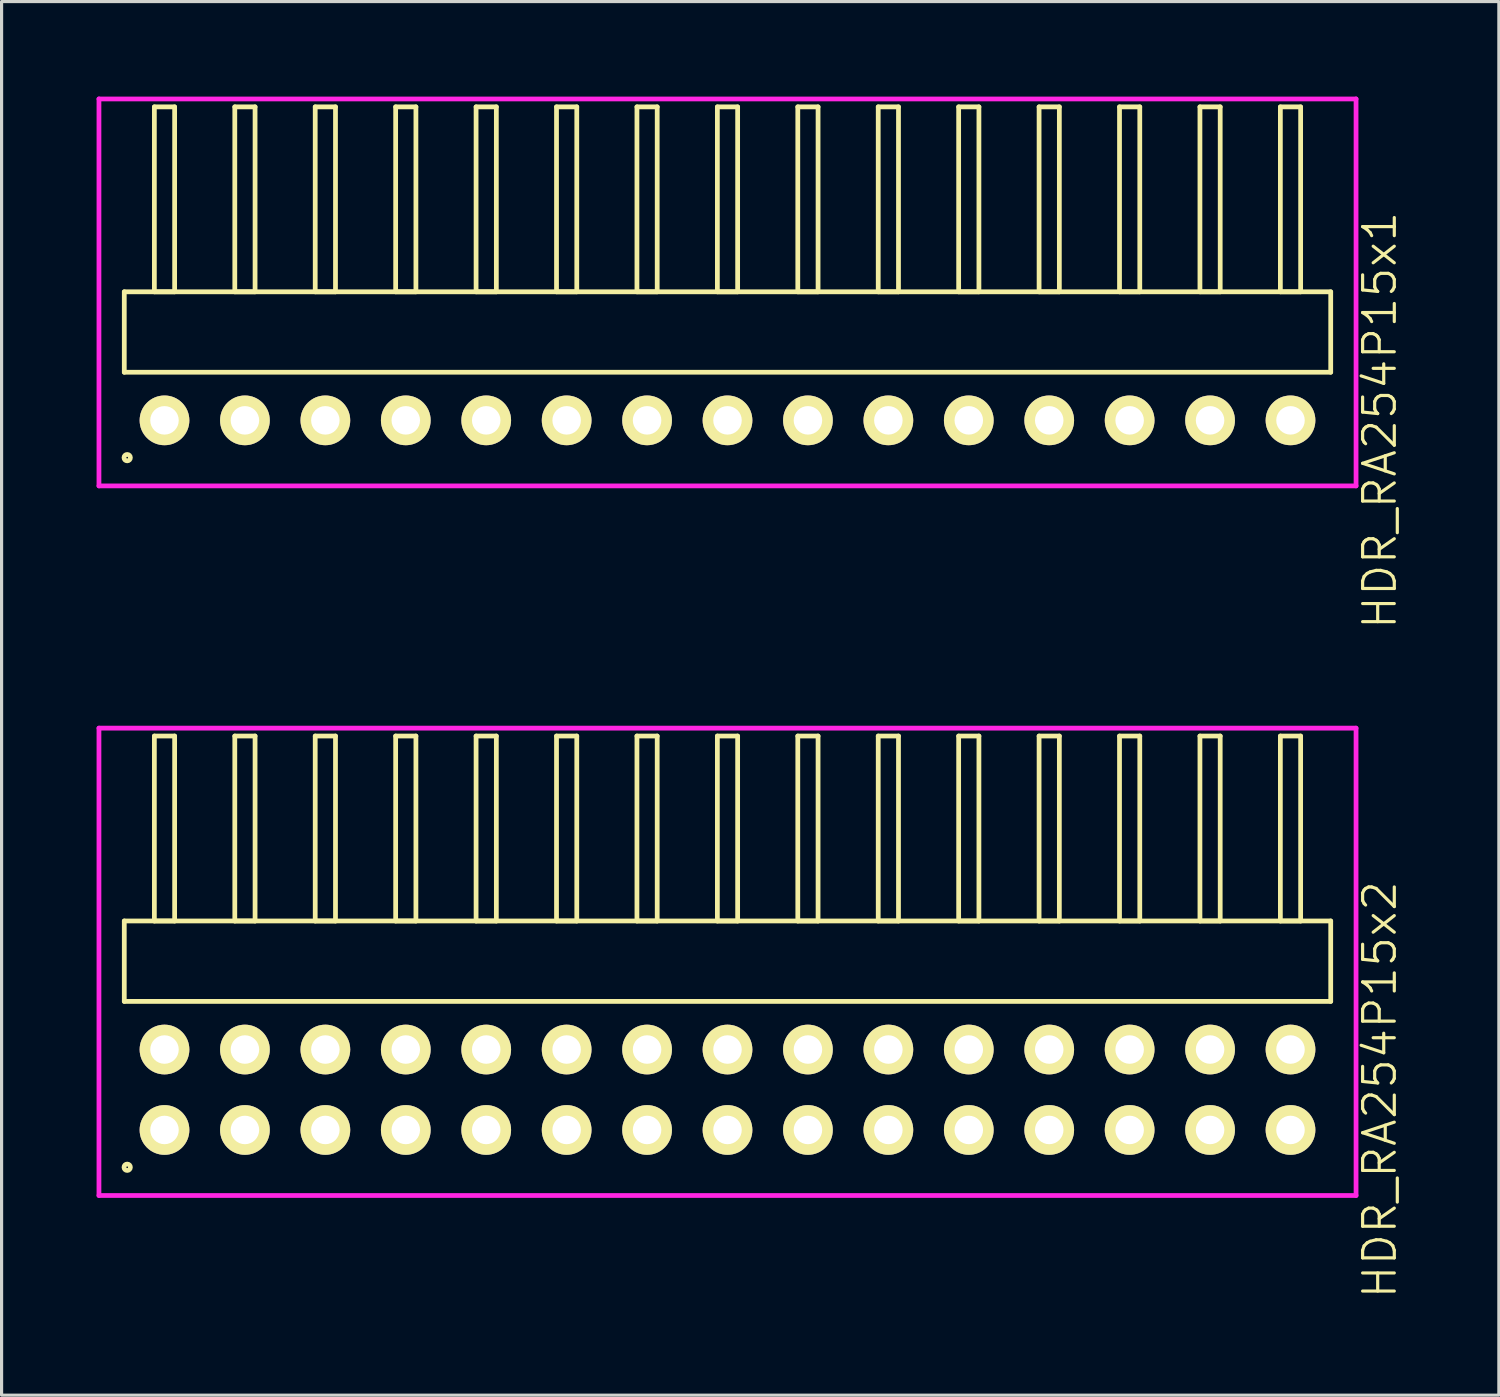
<source format=kicad_pcb>
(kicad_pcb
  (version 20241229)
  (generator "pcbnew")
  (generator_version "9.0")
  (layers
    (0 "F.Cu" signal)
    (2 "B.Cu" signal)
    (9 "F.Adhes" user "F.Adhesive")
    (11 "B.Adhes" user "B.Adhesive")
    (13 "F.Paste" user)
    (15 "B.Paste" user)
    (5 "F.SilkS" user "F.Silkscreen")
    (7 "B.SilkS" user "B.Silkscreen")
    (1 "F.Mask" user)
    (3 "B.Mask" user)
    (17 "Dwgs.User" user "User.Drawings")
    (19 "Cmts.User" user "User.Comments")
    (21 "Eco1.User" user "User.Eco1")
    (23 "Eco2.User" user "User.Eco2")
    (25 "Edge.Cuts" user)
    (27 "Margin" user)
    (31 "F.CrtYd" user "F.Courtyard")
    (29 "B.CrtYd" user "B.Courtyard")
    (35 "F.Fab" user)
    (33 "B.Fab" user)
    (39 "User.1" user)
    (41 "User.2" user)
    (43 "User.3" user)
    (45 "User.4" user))
  (footprint "HDR_RA254P15x2"
    (layer "F.Cu")
    (at 19.925 31.365)
    (property "Reference" "HDR_RA254P15x2" (at 20.6 0 90) (layer "F.SilkS") (effects (font (size 1 1) (thickness 0.1))))
    (attr through_hole)
    (fp_line (start -19.05 -5.33) (end -19.05 -2.79) (stroke (width 0.15) (type solid)) (layer "F.SilkS"))
    (fp_line (start -19.05 -2.79) (end 19.05 -2.79) (stroke (width 0.15) (type solid)) (layer "F.SilkS"))
    (fp_line (start -18.1 -11.17) (end -18.1 -5.33) (stroke (width 0.15) (type solid)) (layer "F.SilkS"))
    (fp_line (start -18.1 -5.33) (end -17.46 -5.33) (stroke (width 0.15) (type solid)) (layer "F.SilkS"))
    (fp_line (start -17.46 -11.17) (end -18.1 -11.17) (stroke (width 0.15) (type solid)) (layer "F.SilkS"))
    (fp_line (start -17.46 -5.33) (end -17.46 -11.17) (stroke (width 0.15) (type solid)) (layer "F.SilkS"))
    (fp_line (start -15.56 -11.17) (end -15.56 -5.33) (stroke (width 0.15) (type solid)) (layer "F.SilkS"))
    (fp_line (start -15.56 -5.33) (end -14.92 -5.33) (stroke (width 0.15) (type solid)) (layer "F.SilkS"))
    (fp_line (start -14.92 -11.17) (end -15.56 -11.17) (stroke (width 0.15) (type solid)) (layer "F.SilkS"))
    (fp_line (start -14.92 -5.33) (end -14.92 -11.17) (stroke (width 0.15) (type solid)) (layer "F.SilkS"))
    (fp_line (start -13.02 -11.17) (end -13.02 -5.33) (stroke (width 0.15) (type solid)) (layer "F.SilkS"))
    (fp_line (start -13.02 -5.33) (end -12.38 -5.33) (stroke (width 0.15) (type solid)) (layer "F.SilkS"))
    (fp_line (start -12.38 -11.17) (end -13.02 -11.17) (stroke (width 0.15) (type solid)) (layer "F.SilkS"))
    (fp_line (start -12.38 -5.33) (end -12.38 -11.17) (stroke (width 0.15) (type solid)) (layer "F.SilkS"))
    (fp_line (start -10.48 -11.17) (end -10.48 -5.33) (stroke (width 0.15) (type solid)) (layer "F.SilkS"))
    (fp_line (start -10.48 -5.33) (end -9.84 -5.33) (stroke (width 0.15) (type solid)) (layer "F.SilkS"))
    (fp_line (start -9.84 -11.17) (end -10.48 -11.17) (stroke (width 0.15) (type solid)) (layer "F.SilkS"))
    (fp_line (start -9.84 -5.33) (end -9.84 -11.17) (stroke (width 0.15) (type solid)) (layer "F.SilkS"))
    (fp_line (start -7.94 -11.17) (end -7.94 -5.33) (stroke (width 0.15) (type solid)) (layer "F.SilkS"))
    (fp_line (start -7.94 -5.33) (end -7.3 -5.33) (stroke (width 0.15) (type solid)) (layer "F.SilkS"))
    (fp_line (start -7.3 -11.17) (end -7.94 -11.17) (stroke (width 0.15) (type solid)) (layer "F.SilkS"))
    (fp_line (start -7.3 -5.33) (end -7.3 -11.17) (stroke (width 0.15) (type solid)) (layer "F.SilkS"))
    (fp_line (start -5.4 -11.17) (end -5.4 -5.33) (stroke (width 0.15) (type solid)) (layer "F.SilkS"))
    (fp_line (start -5.4 -5.33) (end -4.76 -5.33) (stroke (width 0.15) (type solid)) (layer "F.SilkS"))
    (fp_line (start -4.76 -11.17) (end -5.4 -11.17) (stroke (width 0.15) (type solid)) (layer "F.SilkS"))
    (fp_line (start -4.76 -5.33) (end -4.76 -11.17) (stroke (width 0.15) (type solid)) (layer "F.SilkS"))
    (fp_line (start -2.86 -11.17) (end -2.86 -5.33) (stroke (width 0.15) (type solid)) (layer "F.SilkS"))
    (fp_line (start -2.86 -5.33) (end -2.22 -5.33) (stroke (width 0.15) (type solid)) (layer "F.SilkS"))
    (fp_line (start -2.22 -11.17) (end -2.86 -11.17) (stroke (width 0.15) (type solid)) (layer "F.SilkS"))
    (fp_line (start -2.22 -5.33) (end -2.22 -11.17) (stroke (width 0.15) (type solid)) (layer "F.SilkS"))
    (fp_line (start -0.32 -11.17) (end -0.32 -5.33) (stroke (width 0.15) (type solid)) (layer "F.SilkS"))
    (fp_line (start -0.32 -5.33) (end 0.32 -5.33) (stroke (width 0.15) (type solid)) (layer "F.SilkS"))
    (fp_line (start 0.32 -11.17) (end -0.32 -11.17) (stroke (width 0.15) (type solid)) (layer "F.SilkS"))
    (fp_line (start 0.32 -5.33) (end 0.32 -11.17) (stroke (width 0.15) (type solid)) (layer "F.SilkS"))
    (fp_line (start 2.22 -11.17) (end 2.22 -5.33) (stroke (width 0.15) (type solid)) (layer "F.SilkS"))
    (fp_line (start 2.22 -5.33) (end 2.86 -5.33) (stroke (width 0.15) (type solid)) (layer "F.SilkS"))
    (fp_line (start 2.86 -11.17) (end 2.22 -11.17) (stroke (width 0.15) (type solid)) (layer "F.SilkS"))
    (fp_line (start 2.86 -5.33) (end 2.86 -11.17) (stroke (width 0.15) (type solid)) (layer "F.SilkS"))
    (fp_line (start 4.76 -11.17) (end 4.76 -5.33) (stroke (width 0.15) (type solid)) (layer "F.SilkS"))
    (fp_line (start 4.76 -5.33) (end 5.4 -5.33) (stroke (width 0.15) (type solid)) (layer "F.SilkS"))
    (fp_line (start 5.4 -11.17) (end 4.76 -11.17) (stroke (width 0.15) (type solid)) (layer "F.SilkS"))
    (fp_line (start 5.4 -5.33) (end 5.4 -11.17) (stroke (width 0.15) (type solid)) (layer "F.SilkS"))
    (fp_line (start 7.3 -11.17) (end 7.3 -5.33) (stroke (width 0.15) (type solid)) (layer "F.SilkS"))
    (fp_line (start 7.3 -5.33) (end 7.94 -5.33) (stroke (width 0.15) (type solid)) (layer "F.SilkS"))
    (fp_line (start 7.94 -11.17) (end 7.3 -11.17) (stroke (width 0.15) (type solid)) (layer "F.SilkS"))
    (fp_line (start 7.94 -5.33) (end 7.94 -11.17) (stroke (width 0.15) (type solid)) (layer "F.SilkS"))
    (fp_line (start 9.84 -11.17) (end 9.84 -5.33) (stroke (width 0.15) (type solid)) (layer "F.SilkS"))
    (fp_line (start 9.84 -5.33) (end 10.48 -5.33) (stroke (width 0.15) (type solid)) (layer "F.SilkS"))
    (fp_line (start 10.48 -11.17) (end 9.84 -11.17) (stroke (width 0.15) (type solid)) (layer "F.SilkS"))
    (fp_line (start 10.48 -5.33) (end 10.48 -11.17) (stroke (width 0.15) (type solid)) (layer "F.SilkS"))
    (fp_line (start 12.38 -11.17) (end 12.38 -5.33) (stroke (width 0.15) (type solid)) (layer "F.SilkS"))
    (fp_line (start 12.38 -5.33) (end 13.02 -5.33) (stroke (width 0.15) (type solid)) (layer "F.SilkS"))
    (fp_line (start 13.02 -11.17) (end 12.38 -11.17) (stroke (width 0.15) (type solid)) (layer "F.SilkS"))
    (fp_line (start 13.02 -5.33) (end 13.02 -11.17) (stroke (width 0.15) (type solid)) (layer "F.SilkS"))
    (fp_line (start 14.92 -11.17) (end 14.92 -5.33) (stroke (width 0.15) (type solid)) (layer "F.SilkS"))
    (fp_line (start 14.92 -5.33) (end 15.56 -5.33) (stroke (width 0.15) (type solid)) (layer "F.SilkS"))
    (fp_line (start 15.56 -11.17) (end 14.92 -11.17) (stroke (width 0.15) (type solid)) (layer "F.SilkS"))
    (fp_line (start 15.56 -5.33) (end 15.56 -11.17) (stroke (width 0.15) (type solid)) (layer "F.SilkS"))
    (fp_line (start 17.46 -11.17) (end 17.46 -5.33) (stroke (width 0.15) (type solid)) (layer "F.SilkS"))
    (fp_line (start 17.46 -5.33) (end 18.1 -5.33) (stroke (width 0.15) (type solid)) (layer "F.SilkS"))
    (fp_line (start 18.1 -11.17) (end 17.46 -11.17) (stroke (width 0.15) (type solid)) (layer "F.SilkS"))
    (fp_line (start 18.1 -5.33) (end 18.1 -11.17) (stroke (width 0.15) (type solid)) (layer "F.SilkS"))
    (fp_line (start 19.05 -5.33) (end -19.05 -5.33) (stroke (width 0.15) (type solid)) (layer "F.SilkS"))
    (fp_line (start 19.05 -2.79) (end 19.05 -5.33) (stroke (width 0.15) (type solid)) (layer "F.SilkS"))
    (fp_circle (center -18.958 2.448) (end -18.857 2.448) (stroke (width 0.15) (type solid)) (fill no) (layer "F.SilkS"))
    (fp_line (start -19.85 -11.42) (end -19.85 3.34) (stroke (width 0.15) (type solid)) (layer "F.CrtYd"))
    (fp_line (start -19.85 3.34) (end 19.85 3.34) (stroke (width 0.15) (type solid)) (layer "F.CrtYd"))
    (fp_line (start 19.85 -11.42) (end -19.85 -11.42) (stroke (width 0.15) (type solid)) (layer "F.CrtYd"))
    (fp_line (start 19.85 3.34) (end 19.85 -11.42) (stroke (width 0.15) (type solid)) (layer "F.CrtYd"))
    (pad "1" thru_hole oval (at -17.78 1.27) (size 1.57 1.57) (drill 0.9) (layers "*.Cu" "*.Mask" "F.SilkS"))
    (pad "2" thru_hole oval (at -17.78 -1.27) (size 1.57 1.57) (drill 0.9) (layers "*.Cu" "*.Mask" "F.SilkS"))
    (pad "3" thru_hole oval (at -15.24 1.27) (size 1.57 1.57) (drill 0.9) (layers "*.Cu" "*.Mask" "F.SilkS"))
    (pad "4" thru_hole oval (at -15.24 -1.27) (size 1.57 1.57) (drill 0.9) (layers "*.Cu" "*.Mask" "F.SilkS"))
    (pad "5" thru_hole oval (at -12.7 1.27) (size 1.57 1.57) (drill 0.9) (layers "*.Cu" "*.Mask" "F.SilkS"))
    (pad "6" thru_hole oval (at -12.7 -1.27) (size 1.57 1.57) (drill 0.9) (layers "*.Cu" "*.Mask" "F.SilkS"))
    (pad "7" thru_hole oval (at -10.16 1.27) (size 1.57 1.57) (drill 0.9) (layers "*.Cu" "*.Mask" "F.SilkS"))
    (pad "8" thru_hole oval (at -10.16 -1.27) (size 1.57 1.57) (drill 0.9) (layers "*.Cu" "*.Mask" "F.SilkS"))
    (pad "9" thru_hole oval (at -7.62 1.27) (size 1.57 1.57) (drill 0.9) (layers "*.Cu" "*.Mask" "F.SilkS"))
    (pad "10" thru_hole oval (at -7.62 -1.27) (size 1.57 1.57) (drill 0.9) (layers "*.Cu" "*.Mask" "F.SilkS"))
    (pad "11" thru_hole oval (at -5.08 1.27) (size 1.57 1.57) (drill 0.9) (layers "*.Cu" "*.Mask" "F.SilkS"))
    (pad "12" thru_hole oval (at -5.08 -1.27) (size 1.57 1.57) (drill 0.9) (layers "*.Cu" "*.Mask" "F.SilkS"))
    (pad "13" thru_hole oval (at -2.54 1.27) (size 1.57 1.57) (drill 0.9) (layers "*.Cu" "*.Mask" "F.SilkS"))
    (pad "14" thru_hole oval (at -2.54 -1.27) (size 1.57 1.57) (drill 0.9) (layers "*.Cu" "*.Mask" "F.SilkS"))
    (pad "15" thru_hole oval (at 0 1.27) (size 1.57 1.57) (drill 0.9) (layers "*.Cu" "*.Mask" "F.SilkS"))
    (pad "16" thru_hole oval (at 0 -1.27) (size 1.57 1.57) (drill 0.9) (layers "*.Cu" "*.Mask" "F.SilkS"))
    (pad "17" thru_hole oval (at 2.54 1.27) (size 1.57 1.57) (drill 0.9) (layers "*.Cu" "*.Mask" "F.SilkS"))
    (pad "18" thru_hole oval (at 2.54 -1.27) (size 1.57 1.57) (drill 0.9) (layers "*.Cu" "*.Mask" "F.SilkS"))
    (pad "19" thru_hole oval (at 5.08 1.27) (size 1.57 1.57) (drill 0.9) (layers "*.Cu" "*.Mask" "F.SilkS"))
    (pad "20" thru_hole oval (at 5.08 -1.27) (size 1.57 1.57) (drill 0.9) (layers "*.Cu" "*.Mask" "F.SilkS"))
    (pad "21" thru_hole oval (at 7.62 1.27) (size 1.57 1.57) (drill 0.9) (layers "*.Cu" "*.Mask" "F.SilkS"))
    (pad "22" thru_hole oval (at 7.62 -1.27) (size 1.57 1.57) (drill 0.9) (layers "*.Cu" "*.Mask" "F.SilkS"))
    (pad "23" thru_hole oval (at 10.16 1.27) (size 1.57 1.57) (drill 0.9) (layers "*.Cu" "*.Mask" "F.SilkS"))
    (pad "24" thru_hole oval (at 10.16 -1.27) (size 1.57 1.57) (drill 0.9) (layers "*.Cu" "*.Mask" "F.SilkS"))
    (pad "25" thru_hole oval (at 12.7 1.27) (size 1.57 1.57) (drill 0.9) (layers "*.Cu" "*.Mask" "F.SilkS"))
    (pad "26" thru_hole oval (at 12.7 -1.27) (size 1.57 1.57) (drill 0.9) (layers "*.Cu" "*.Mask" "F.SilkS"))
    (pad "27" thru_hole oval (at 15.24 1.27) (size 1.57 1.57) (drill 0.9) (layers "*.Cu" "*.Mask" "F.SilkS"))
    (pad "28" thru_hole oval (at 15.24 -1.27) (size 1.57 1.57) (drill 0.9) (layers "*.Cu" "*.Mask" "F.SilkS"))
    (pad "29" thru_hole oval (at 17.78 1.27) (size 1.57 1.57) (drill 0.9) (layers "*.Cu" "*.Mask" "F.SilkS"))
    (pad "30" thru_hole oval (at 17.78 -1.27) (size 1.57 1.57) (drill 0.9) (layers "*.Cu" "*.Mask" "F.SilkS")))
  (footprint "HDR_RA254P15x1"
    (layer "F.Cu")
    (at 19.925 10.225)
    (property "Reference" "HDR_RA254P15x1" (at 20.6 0 90) (layer "F.SilkS") (effects (font (size 1 1) (thickness 0.1))))
    (attr through_hole)
    (fp_line (start -19.05 -4.06) (end -19.05 -1.52) (stroke (width 0.15) (type solid)) (layer "F.SilkS"))
    (fp_line (start -19.05 -1.52) (end 19.05 -1.52) (stroke (width 0.15) (type solid)) (layer "F.SilkS"))
    (fp_line (start -18.1 -9.9) (end -18.1 -4.06) (stroke (width 0.15) (type solid)) (layer "F.SilkS"))
    (fp_line (start -18.1 -4.06) (end -17.46 -4.06) (stroke (width 0.15) (type solid)) (layer "F.SilkS"))
    (fp_line (start -17.46 -9.9) (end -18.1 -9.9) (stroke (width 0.15) (type solid)) (layer "F.SilkS"))
    (fp_line (start -17.46 -4.06) (end -17.46 -9.9) (stroke (width 0.15) (type solid)) (layer "F.SilkS"))
    (fp_line (start -15.56 -9.9) (end -15.56 -4.06) (stroke (width 0.15) (type solid)) (layer "F.SilkS"))
    (fp_line (start -15.56 -4.06) (end -14.92 -4.06) (stroke (width 0.15) (type solid)) (layer "F.SilkS"))
    (fp_line (start -14.92 -9.9) (end -15.56 -9.9) (stroke (width 0.15) (type solid)) (layer "F.SilkS"))
    (fp_line (start -14.92 -4.06) (end -14.92 -9.9) (stroke (width 0.15) (type solid)) (layer "F.SilkS"))
    (fp_line (start -13.02 -9.9) (end -13.02 -4.06) (stroke (width 0.15) (type solid)) (layer "F.SilkS"))
    (fp_line (start -13.02 -4.06) (end -12.38 -4.06) (stroke (width 0.15) (type solid)) (layer "F.SilkS"))
    (fp_line (start -12.38 -9.9) (end -13.02 -9.9) (stroke (width 0.15) (type solid)) (layer "F.SilkS"))
    (fp_line (start -12.38 -4.06) (end -12.38 -9.9) (stroke (width 0.15) (type solid)) (layer "F.SilkS"))
    (fp_line (start -10.48 -9.9) (end -10.48 -4.06) (stroke (width 0.15) (type solid)) (layer "F.SilkS"))
    (fp_line (start -10.48 -4.06) (end -9.84 -4.06) (stroke (width 0.15) (type solid)) (layer "F.SilkS"))
    (fp_line (start -9.84 -9.9) (end -10.48 -9.9) (stroke (width 0.15) (type solid)) (layer "F.SilkS"))
    (fp_line (start -9.84 -4.06) (end -9.84 -9.9) (stroke (width 0.15) (type solid)) (layer "F.SilkS"))
    (fp_line (start -7.94 -9.9) (end -7.94 -4.06) (stroke (width 0.15) (type solid)) (layer "F.SilkS"))
    (fp_line (start -7.94 -4.06) (end -7.3 -4.06) (stroke (width 0.15) (type solid)) (layer "F.SilkS"))
    (fp_line (start -7.3 -9.9) (end -7.94 -9.9) (stroke (width 0.15) (type solid)) (layer "F.SilkS"))
    (fp_line (start -7.3 -4.06) (end -7.3 -9.9) (stroke (width 0.15) (type solid)) (layer "F.SilkS"))
    (fp_line (start -5.4 -9.9) (end -5.4 -4.06) (stroke (width 0.15) (type solid)) (layer "F.SilkS"))
    (fp_line (start -5.4 -4.06) (end -4.76 -4.06) (stroke (width 0.15) (type solid)) (layer "F.SilkS"))
    (fp_line (start -4.76 -9.9) (end -5.4 -9.9) (stroke (width 0.15) (type solid)) (layer "F.SilkS"))
    (fp_line (start -4.76 -4.06) (end -4.76 -9.9) (stroke (width 0.15) (type solid)) (layer "F.SilkS"))
    (fp_line (start -2.86 -9.9) (end -2.86 -4.06) (stroke (width 0.15) (type solid)) (layer "F.SilkS"))
    (fp_line (start -2.86 -4.06) (end -2.22 -4.06) (stroke (width 0.15) (type solid)) (layer "F.SilkS"))
    (fp_line (start -2.22 -9.9) (end -2.86 -9.9) (stroke (width 0.15) (type solid)) (layer "F.SilkS"))
    (fp_line (start -2.22 -4.06) (end -2.22 -9.9) (stroke (width 0.15) (type solid)) (layer "F.SilkS"))
    (fp_line (start -0.32 -9.9) (end -0.32 -4.06) (stroke (width 0.15) (type solid)) (layer "F.SilkS"))
    (fp_line (start -0.32 -4.06) (end 0.32 -4.06) (stroke (width 0.15) (type solid)) (layer "F.SilkS"))
    (fp_line (start 0.32 -9.9) (end -0.32 -9.9) (stroke (width 0.15) (type solid)) (layer "F.SilkS"))
    (fp_line (start 0.32 -4.06) (end 0.32 -9.9) (stroke (width 0.15) (type solid)) (layer "F.SilkS"))
    (fp_line (start 2.22 -9.9) (end 2.22 -4.06) (stroke (width 0.15) (type solid)) (layer "F.SilkS"))
    (fp_line (start 2.22 -4.06) (end 2.86 -4.06) (stroke (width 0.15) (type solid)) (layer "F.SilkS"))
    (fp_line (start 2.86 -9.9) (end 2.22 -9.9) (stroke (width 0.15) (type solid)) (layer "F.SilkS"))
    (fp_line (start 2.86 -4.06) (end 2.86 -9.9) (stroke (width 0.15) (type solid)) (layer "F.SilkS"))
    (fp_line (start 4.76 -9.9) (end 4.76 -4.06) (stroke (width 0.15) (type solid)) (layer "F.SilkS"))
    (fp_line (start 4.76 -4.06) (end 5.4 -4.06) (stroke (width 0.15) (type solid)) (layer "F.SilkS"))
    (fp_line (start 5.4 -9.9) (end 4.76 -9.9) (stroke (width 0.15) (type solid)) (layer "F.SilkS"))
    (fp_line (start 5.4 -4.06) (end 5.4 -9.9) (stroke (width 0.15) (type solid)) (layer "F.SilkS"))
    (fp_line (start 7.3 -9.9) (end 7.3 -4.06) (stroke (width 0.15) (type solid)) (layer "F.SilkS"))
    (fp_line (start 7.3 -4.06) (end 7.94 -4.06) (stroke (width 0.15) (type solid)) (layer "F.SilkS"))
    (fp_line (start 7.94 -9.9) (end 7.3 -9.9) (stroke (width 0.15) (type solid)) (layer "F.SilkS"))
    (fp_line (start 7.94 -4.06) (end 7.94 -9.9) (stroke (width 0.15) (type solid)) (layer "F.SilkS"))
    (fp_line (start 9.84 -9.9) (end 9.84 -4.06) (stroke (width 0.15) (type solid)) (layer "F.SilkS"))
    (fp_line (start 9.84 -4.06) (end 10.48 -4.06) (stroke (width 0.15) (type solid)) (layer "F.SilkS"))
    (fp_line (start 10.48 -9.9) (end 9.84 -9.9) (stroke (width 0.15) (type solid)) (layer "F.SilkS"))
    (fp_line (start 10.48 -4.06) (end 10.48 -9.9) (stroke (width 0.15) (type solid)) (layer "F.SilkS"))
    (fp_line (start 12.38 -9.9) (end 12.38 -4.06) (stroke (width 0.15) (type solid)) (layer "F.SilkS"))
    (fp_line (start 12.38 -4.06) (end 13.02 -4.06) (stroke (width 0.15) (type solid)) (layer "F.SilkS"))
    (fp_line (start 13.02 -9.9) (end 12.38 -9.9) (stroke (width 0.15) (type solid)) (layer "F.SilkS"))
    (fp_line (start 13.02 -4.06) (end 13.02 -9.9) (stroke (width 0.15) (type solid)) (layer "F.SilkS"))
    (fp_line (start 14.92 -9.9) (end 14.92 -4.06) (stroke (width 0.15) (type solid)) (layer "F.SilkS"))
    (fp_line (start 14.92 -4.06) (end 15.56 -4.06) (stroke (width 0.15) (type solid)) (layer "F.SilkS"))
    (fp_line (start 15.56 -9.9) (end 14.92 -9.9) (stroke (width 0.15) (type solid)) (layer "F.SilkS"))
    (fp_line (start 15.56 -4.06) (end 15.56 -9.9) (stroke (width 0.15) (type solid)) (layer "F.SilkS"))
    (fp_line (start 17.46 -9.9) (end 17.46 -4.06) (stroke (width 0.15) (type solid)) (layer "F.SilkS"))
    (fp_line (start 17.46 -4.06) (end 18.1 -4.06) (stroke (width 0.15) (type solid)) (layer "F.SilkS"))
    (fp_line (start 18.1 -9.9) (end 17.46 -9.9) (stroke (width 0.15) (type solid)) (layer "F.SilkS"))
    (fp_line (start 18.1 -4.06) (end 18.1 -9.9) (stroke (width 0.15) (type solid)) (layer "F.SilkS"))
    (fp_line (start 19.05 -4.06) (end -19.05 -4.06) (stroke (width 0.15) (type solid)) (layer "F.SilkS"))
    (fp_line (start 19.05 -1.52) (end 19.05 -4.06) (stroke (width 0.15) (type solid)) (layer "F.SilkS"))
    (fp_circle (center -18.958 1.178) (end -18.857 1.178) (stroke (width 0.15) (type solid)) (fill no) (layer "F.SilkS"))
    (fp_line (start -19.85 -10.15) (end -19.85 2.07) (stroke (width 0.15) (type solid)) (layer "F.CrtYd"))
    (fp_line (start -19.85 2.07) (end 19.85 2.07) (stroke (width 0.15) (type solid)) (layer "F.CrtYd"))
    (fp_line (start 19.85 -10.15) (end -19.85 -10.15) (stroke (width 0.15) (type solid)) (layer "F.CrtYd"))
    (fp_line (start 19.85 2.07) (end 19.85 -10.15) (stroke (width 0.15) (type solid)) (layer "F.CrtYd"))
    (pad "1" thru_hole oval (at -17.78 0) (size 1.57 1.57) (drill 0.9) (layers "*.Cu" "*.Mask" "F.SilkS"))
    (pad "2" thru_hole oval (at -15.24 0) (size 1.57 1.57) (drill 0.9) (layers "*.Cu" "*.Mask" "F.SilkS"))
    (pad "3" thru_hole oval (at -12.7 0) (size 1.57 1.57) (drill 0.9) (layers "*.Cu" "*.Mask" "F.SilkS"))
    (pad "4" thru_hole oval (at -10.16 0) (size 1.57 1.57) (drill 0.9) (layers "*.Cu" "*.Mask" "F.SilkS"))
    (pad "5" thru_hole oval (at -7.62 0) (size 1.57 1.57) (drill 0.9) (layers "*.Cu" "*.Mask" "F.SilkS"))
    (pad "6" thru_hole oval (at -5.08 0) (size 1.57 1.57) (drill 0.9) (layers "*.Cu" "*.Mask" "F.SilkS"))
    (pad "7" thru_hole oval (at -2.54 0) (size 1.57 1.57) (drill 0.9) (layers "*.Cu" "*.Mask" "F.SilkS"))
    (pad "8" thru_hole oval (at 0 0) (size 1.57 1.57) (drill 0.9) (layers "*.Cu" "*.Mask" "F.SilkS"))
    (pad "9" thru_hole oval (at 2.54 0) (size 1.57 1.57) (drill 0.9) (layers "*.Cu" "*.Mask" "F.SilkS"))
    (pad "10" thru_hole oval (at 5.08 0) (size 1.57 1.57) (drill 0.9) (layers "*.Cu" "*.Mask" "F.SilkS"))
    (pad "11" thru_hole oval (at 7.62 0) (size 1.57 1.57) (drill 0.9) (layers "*.Cu" "*.Mask" "F.SilkS"))
    (pad "12" thru_hole oval (at 10.16 0) (size 1.57 1.57) (drill 0.9) (layers "*.Cu" "*.Mask" "F.SilkS"))
    (pad "13" thru_hole oval (at 12.7 0) (size 1.57 1.57) (drill 0.9) (layers "*.Cu" "*.Mask" "F.SilkS"))
    (pad "14" thru_hole oval (at 15.24 0) (size 1.57 1.57) (drill 0.9) (layers "*.Cu" "*.Mask" "F.SilkS"))
    (pad "15" thru_hole oval (at 17.78 0) (size 1.57 1.57) (drill 0.9) (layers "*.Cu" "*.Mask" "F.SilkS")))
  (gr_rect
    (start -3 -3)
    (end 44.285 41.01)
    (stroke (width 0.1) (type default))
    (fill no)
    (layer "Edge.Cuts")))
</source>
